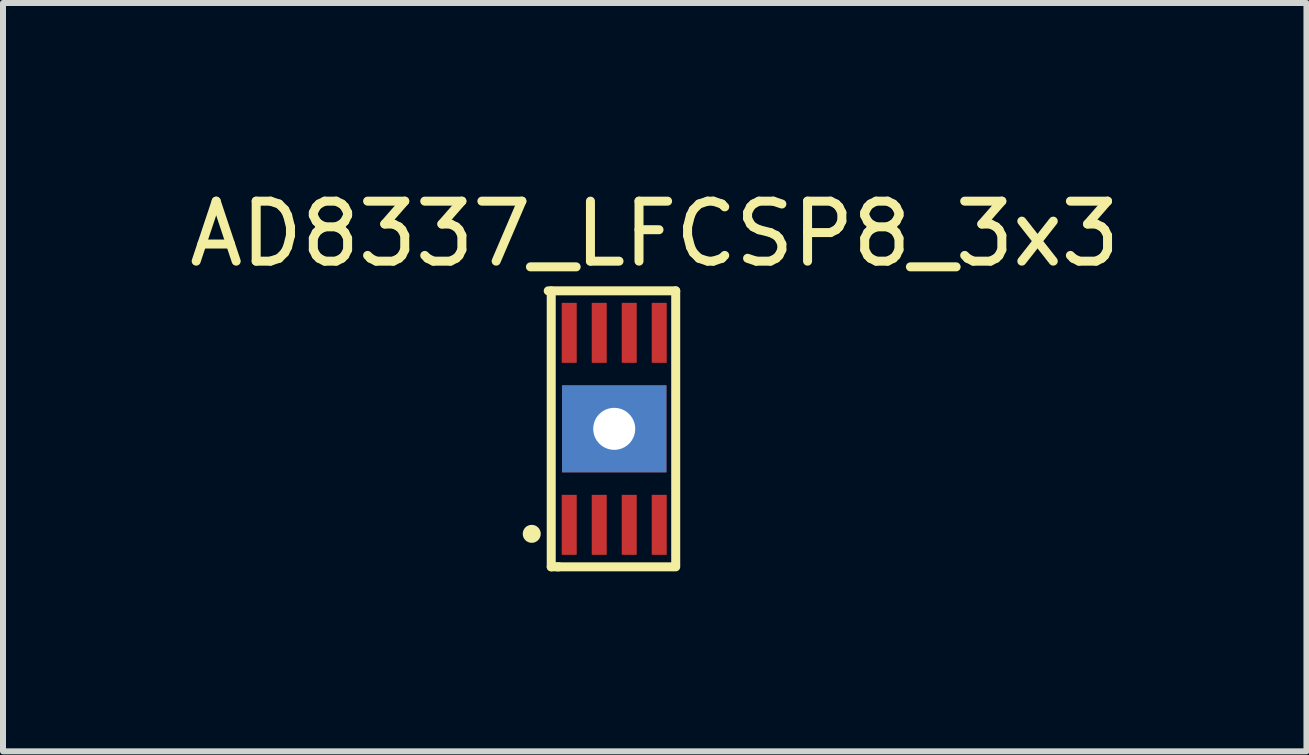
<source format=kicad_pcb>
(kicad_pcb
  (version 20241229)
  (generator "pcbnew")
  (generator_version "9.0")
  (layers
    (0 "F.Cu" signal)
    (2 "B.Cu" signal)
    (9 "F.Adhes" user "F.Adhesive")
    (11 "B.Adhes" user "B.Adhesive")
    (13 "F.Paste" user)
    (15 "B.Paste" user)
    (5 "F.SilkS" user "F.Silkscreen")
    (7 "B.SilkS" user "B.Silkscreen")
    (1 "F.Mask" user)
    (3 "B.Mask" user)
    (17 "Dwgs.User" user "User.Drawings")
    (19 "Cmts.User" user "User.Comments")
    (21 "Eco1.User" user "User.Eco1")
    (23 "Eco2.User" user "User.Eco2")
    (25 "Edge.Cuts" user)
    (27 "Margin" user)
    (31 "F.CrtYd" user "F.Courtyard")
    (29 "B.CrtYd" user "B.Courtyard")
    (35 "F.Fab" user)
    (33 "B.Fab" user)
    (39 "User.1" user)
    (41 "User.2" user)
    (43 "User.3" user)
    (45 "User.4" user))
  (footprint "AD8337_LFCSP8_3x3"
    (layer "F.Cu")
    (at 7.263 5.648)
    (property "Reference" "AD8337_LFCSP8_3x3" (at 0.6 -4.8 0) (layer "F.SilkS") (effects (font (size 1 1) (thickness 0.15))))
    (attr through_hole)
    (fp_line (start -1.175 -3.85) (end 0.95 -3.85) (stroke (width 0.15) (type solid)) (layer "F.SilkS"))
    (fp_line (start -1.125 0.75) (end -1.125 -3.85) (stroke (width 0.15) (type solid)) (layer "F.SilkS"))
    (fp_line (start -1.025 0.75) (end 0.95 0.75) (stroke (width 0.15) (type solid)) (layer "F.SilkS"))
    (fp_line (start -1 0.75) (end -1.125 0.75) (stroke (width 0.15) (type solid)) (layer "F.SilkS"))
    (fp_line (start 0.95 -3.85) (end 0.95 0.725) (stroke (width 0.15) (type solid)) (layer "F.SilkS"))
    (fp_circle (center -1.45 0.2) (end -1.45 0.275) (stroke (width 0.15) (type solid)) (fill no) (layer "F.SilkS"))
    (pad "1" smd rect (at -0.825 0.05) (size 0.25 1) (layers "F.Cu" "F.Mask" "F.Paste"))
    (pad "2" smd rect (at -0.325 0.05) (size 0.25 1) (layers "F.Cu" "F.Mask" "F.Paste"))
    (pad "3" smd rect (at 0.175 0.05) (size 0.25 1) (layers "F.Cu" "F.Mask" "F.Paste"))
    (pad "4" smd rect (at 0.675 0.05) (size 0.25 1) (layers "F.Cu" "F.Mask" "F.Paste"))
    (pad "5" smd rect (at 0.675 -3.15) (size 0.25 1) (layers "F.Cu" "F.Mask" "F.Paste"))
    (pad "6" smd rect (at 0.175 -3.15) (size 0.25 1) (layers "F.Cu" "F.Mask" "F.Paste"))
    (pad "7" smd rect (at -0.325 -3.15) (size 0.25 1) (layers "F.Cu" "F.Mask" "F.Paste"))
    (pad "8" smd rect (at -0.825 -3.15) (size 0.25 1) (layers "F.Cu" "F.Mask" "F.Paste"))
    (pad "9" thru_hole rect (at -0.075 -1.55) (size 1.74 1.45) (drill 0.7) (layers "*.Cu" "*.Mask")))
  (gr_rect
    (start -3 -3)
    (end 18.726 9.473)
    (stroke (width 0.1) (type default))
    (fill no)
    (layer "Edge.Cuts")))
</source>
